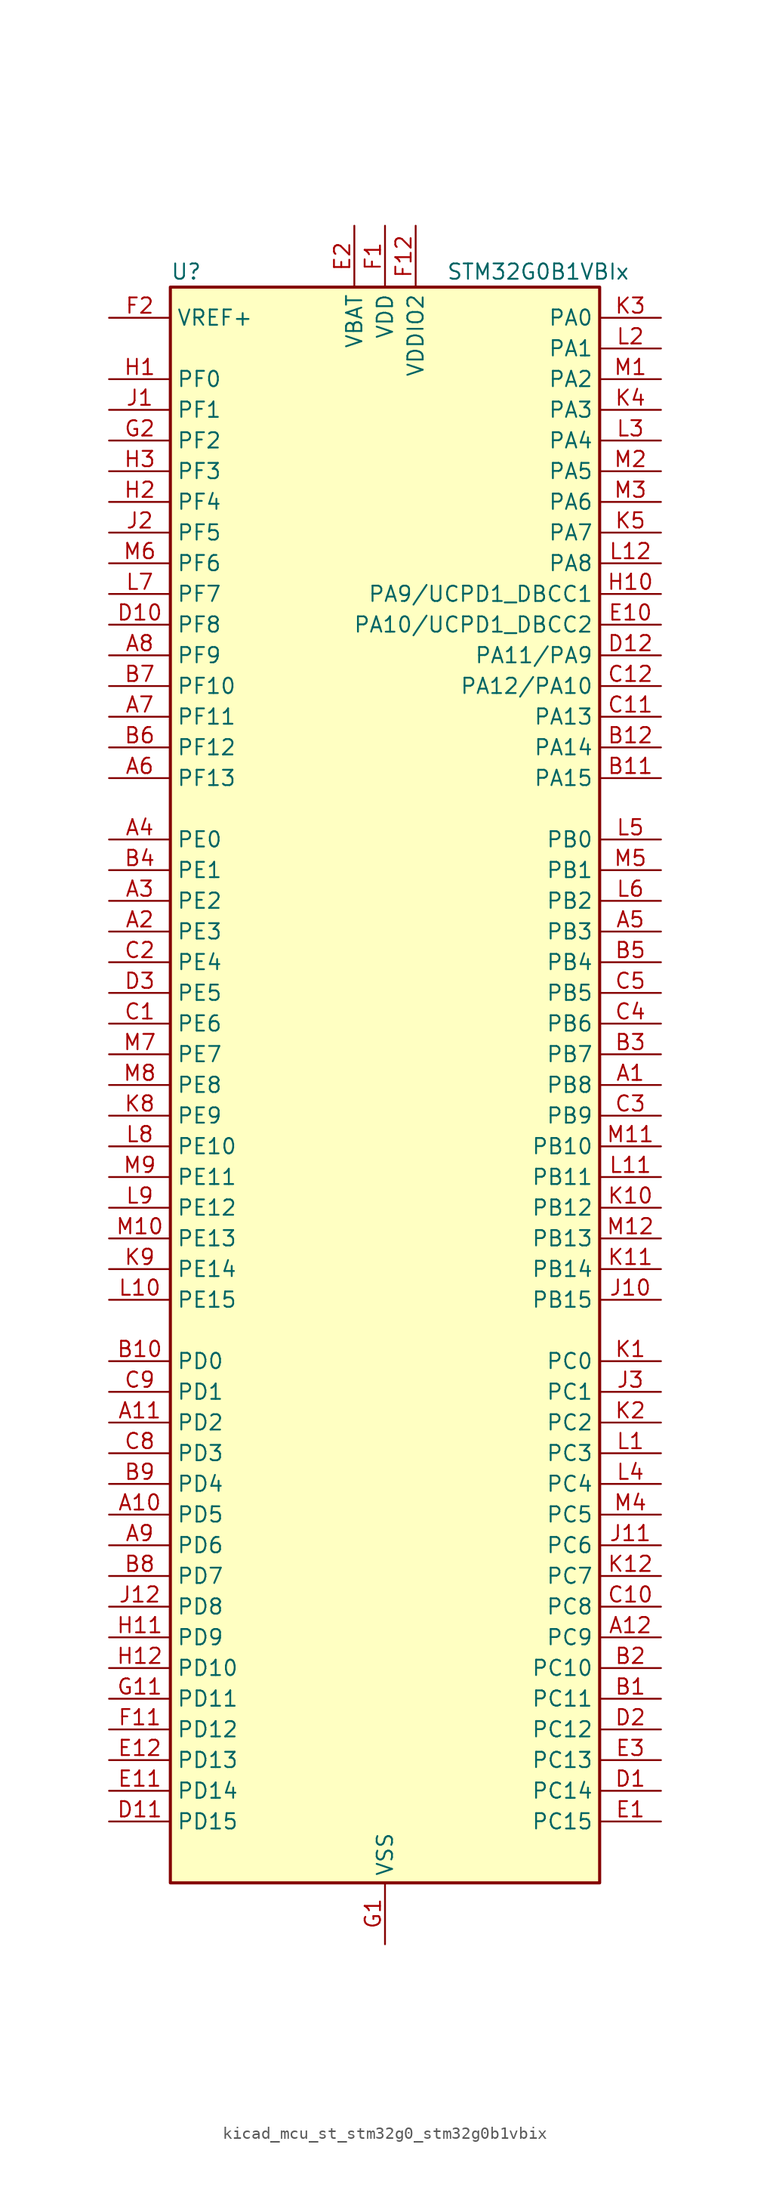
<source format=kicad_sym>
(kicad_symbol_lib
  (version 20220914)
  (generator kicad_symbol_editor)
  (symbol "kicad_mcu_st_stm32g0_stm32g0b1vbix"
    (property "Reference" "U"
      (at -17.78 67.31 0)
      (effects (font (size 1.27 1.27)) (justify left)))
    (property "Value" "STM32G0B1VBIx"
      (at 5.08 67.31 0)
      (effects (font (size 1.27 1.27)) (justify left)))
    (property "ki_locked" ""
      (at 0 0 0)
      (effects (font (size 1.27 1.27))))
    (symbol "kicad_mcu_st_stm32g0_stm32g0b1vbix_0_1"
      (rectangle (start -17.78 -66.04) (end 17.78 66.04) (stroke (width 0.254) (type default)) (fill (type background))))
    (symbol "kicad_mcu_st_stm32g0_stm32g0b1vbix_1_1"
      (pin bidirectional line (at 22.86 0 180) (length 5.08) (name "PB8" (effects (font (size 1.27 1.27)))) (number "A1" (effects (font (size 1.27 1.27)))) (alternate "CEC" bidirectional line) (alternate "FDCAN1_RX" bidirectional line) (alternate "I2C1_SCL" bidirectional line) (alternate "I2S2_CK" bidirectional line) (alternate "SPI2_SCK" bidirectional line) (alternate "TIM15_BK" bidirectional line) (alternate "TIM16_CH1" bidirectional line) (alternate "TIM4_CH3" bidirectional line) (alternate "USART3_TX" bidirectional line) (alternate "USART6_TX" bidirectional line))
      (pin bidirectional line (at -22.86 -35.56 0) (length 5.08) (name "PD5" (effects (font (size 1.27 1.27)))) (number "A10" (effects (font (size 1.27 1.27)))) (alternate "I2S1_MCK" bidirectional line) (alternate "SPI1_MISO" bidirectional line) (alternate "TIM1_BK" bidirectional line) (alternate "USART2_TX" bidirectional line) (alternate "USART5_CTS" bidirectional line) (alternate "USART5_NSS" bidirectional line))
      (pin bidirectional line (at -22.86 -27.94 0) (length 5.08) (name "PD2" (effects (font (size 1.27 1.27)))) (number "A11" (effects (font (size 1.27 1.27)))) (alternate "TIM1_CH1N" bidirectional line) (alternate "TIM3_ETR" bidirectional line) (alternate "UCPD2_CC2" bidirectional line) (alternate "USART3_CK" bidirectional line) (alternate "USART3_DE" bidirectional line) (alternate "USART3_RTS" bidirectional line) (alternate "USART5_RX" bidirectional line))
      (pin bidirectional line (at 22.86 -45.72 180) (length 5.08) (name "PC9" (effects (font (size 1.27 1.27)))) (number "A12" (effects (font (size 1.27 1.27)))) (alternate "DAC1_EXTI9" bidirectional line) (alternate "I2S_CKIN" bidirectional line) (alternate "LPUART2_DE" bidirectional line) (alternate "LPUART2_RTS" bidirectional line) (alternate "TIM1_CH2" bidirectional line) (alternate "TIM3_CH4" bidirectional line) (alternate "USB_NOE" bidirectional line))
      (pin bidirectional line (at -22.86 12.7 0) (length 5.08) (name "PE3" (effects (font (size 1.27 1.27)))) (number "A2" (effects (font (size 1.27 1.27)))) (alternate "TIM3_CH1" bidirectional line))
      (pin bidirectional line (at -22.86 15.24 0) (length 5.08) (name "PE2" (effects (font (size 1.27 1.27)))) (number "A3" (effects (font (size 1.27 1.27)))) (alternate "TIM3_ETR" bidirectional line))
      (pin bidirectional line (at -22.86 20.32 0) (length 5.08) (name "PE0" (effects (font (size 1.27 1.27)))) (number "A4" (effects (font (size 1.27 1.27)))) (alternate "TIM16_CH1" bidirectional line) (alternate "TIM4_ETR" bidirectional line))
      (pin bidirectional line (at 22.86 12.7 180) (length 5.08) (name "PB3" (effects (font (size 1.27 1.27)))) (number "A5" (effects (font (size 1.27 1.27)))) (alternate "COMP2_INM" bidirectional line) (alternate "I2C2_SCL" bidirectional line) (alternate "I2C3_SCL" bidirectional line) (alternate "I2S1_CK" bidirectional line) (alternate "SPI1_SCK" bidirectional line) (alternate "SPI3_SCK" bidirectional line) (alternate "TIM1_CH2" bidirectional line) (alternate "TIM2_CH2" bidirectional line) (alternate "USART1_CK" bidirectional line) (alternate "USART1_DE" bidirectional line) (alternate "USART1_RTS" bidirectional line) (alternate "USART5_TX" bidirectional line))
      (pin bidirectional line (at -22.86 25.4 0) (length 5.08) (name "PF13" (effects (font (size 1.27 1.27)))) (number "A6" (effects (font (size 1.27 1.27)))) (alternate "TIM15_CH2" bidirectional line))
      (pin bidirectional line (at -22.86 30.48 0) (length 5.08) (name "PF11" (effects (font (size 1.27 1.27)))) (number "A7" (effects (font (size 1.27 1.27)))) (alternate "ADC1_EXTI11" bidirectional line) (alternate "USART6_CK" bidirectional line) (alternate "USART6_DE" bidirectional line) (alternate "USART6_RTS" bidirectional line))
      (pin bidirectional line (at -22.86 35.56 0) (length 5.08) (name "PF9" (effects (font (size 1.27 1.27)))) (number "A8" (effects (font (size 1.27 1.27)))) (alternate "DAC1_EXTI9" bidirectional line) (alternate "USART6_TX" bidirectional line))
      (pin bidirectional line (at -22.86 -38.1 0) (length 5.08) (name "PD6" (effects (font (size 1.27 1.27)))) (number "A9" (effects (font (size 1.27 1.27)))) (alternate "I2S1_SD" bidirectional line) (alternate "LPTIM2_OUT" bidirectional line) (alternate "SPI1_MOSI" bidirectional line) (alternate "USART2_RX" bidirectional line))
      (pin bidirectional line (at 22.86 -50.8 180) (length 5.08) (name "PC11" (effects (font (size 1.27 1.27)))) (number "B1" (effects (font (size 1.27 1.27)))) (alternate "ADC1_EXTI11" bidirectional line) (alternate "SPI3_MISO" bidirectional line) (alternate "TIM1_CH4" bidirectional line) (alternate "USART3_RX" bidirectional line) (alternate "USART4_RX" bidirectional line))
      (pin bidirectional line (at -22.86 -22.86 0) (length 5.08) (name "PD0" (effects (font (size 1.27 1.27)))) (number "B10" (effects (font (size 1.27 1.27)))) (alternate "FDCAN1_RX" bidirectional line) (alternate "I2S2_WS" bidirectional line) (alternate "SPI2_NSS" bidirectional line) (alternate "TIM16_CH1" bidirectional line) (alternate "UCPD2_CC1" bidirectional line))
      (pin bidirectional line (at 22.86 25.4 180) (length 5.08) (name "PA15" (effects (font (size 1.27 1.27)))) (number "B11" (effects (font (size 1.27 1.27)))) (alternate "I2C2_SMBA" bidirectional line) (alternate "I2S1_WS" bidirectional line) (alternate "RCC_MCO_2" bidirectional line) (alternate "SPI1_NSS" bidirectional line) (alternate "SPI3_NSS" bidirectional line) (alternate "TIM2_CH1" bidirectional line) (alternate "TIM2_ETR" bidirectional line) (alternate "USART2_RX" bidirectional line) (alternate "USART3_CK" bidirectional line) (alternate "USART3_DE" bidirectional line) (alternate "USART3_RTS" bidirectional line) (alternate "USART4_CK" bidirectional line) (alternate "USART4_DE" bidirectional line) (alternate "USART4_RTS" bidirectional line) (alternate "USB_NOE" bidirectional line))
      (pin bidirectional line (at 22.86 27.94 180) (length 5.08) (name "PA14" (effects (font (size 1.27 1.27)))) (number "B12" (effects (font (size 1.27 1.27)))) (alternate "LPUART2_TX" bidirectional line) (alternate "SYS_SWCLK" bidirectional line) (alternate "USART2_TX" bidirectional line))
      (pin bidirectional line (at 22.86 -48.26 180) (length 5.08) (name "PC10" (effects (font (size 1.27 1.27)))) (number "B2" (effects (font (size 1.27 1.27)))) (alternate "SPI3_SCK" bidirectional line) (alternate "TIM1_CH3" bidirectional line) (alternate "USART3_TX" bidirectional line) (alternate "USART4_TX" bidirectional line))
      (pin bidirectional line (at 22.86 2.54 180) (length 5.08) (name "PB7" (effects (font (size 1.27 1.27)))) (number "B3" (effects (font (size 1.27 1.27)))) (alternate "COMP2_INM" bidirectional line) (alternate "I2C1_SDA" bidirectional line) (alternate "I2S2_SD" bidirectional line) (alternate "LPTIM1_IN2" bidirectional line) (alternate "LPUART2_RX" bidirectional line) (alternate "SPI2_MOSI" bidirectional line) (alternate "SYS_PVD_IN" bidirectional line) (alternate "TIM17_CH1N" bidirectional line) (alternate "TIM4_CH2" bidirectional line) (alternate "USART1_RX" bidirectional line) (alternate "USART4_CTS" bidirectional line) (alternate "USART4_NSS" bidirectional line))
      (pin bidirectional line (at -22.86 17.78 0) (length 5.08) (name "PE1" (effects (font (size 1.27 1.27)))) (number "B4" (effects (font (size 1.27 1.27)))) (alternate "TIM17_CH1" bidirectional line))
      (pin bidirectional line (at 22.86 10.16 180) (length 5.08) (name "PB4" (effects (font (size 1.27 1.27)))) (number "B5" (effects (font (size 1.27 1.27)))) (alternate "COMP2_INP" bidirectional line) (alternate "I2C2_SDA" bidirectional line) (alternate "I2C3_SDA" bidirectional line) (alternate "I2S1_MCK" bidirectional line) (alternate "SPI1_MISO" bidirectional line) (alternate "SPI3_MISO" bidirectional line) (alternate "TIM17_BK" bidirectional line) (alternate "TIM3_CH1" bidirectional line) (alternate "USART1_CTS" bidirectional line) (alternate "USART1_NSS" bidirectional line) (alternate "USART5_RX" bidirectional line))
      (pin bidirectional line (at -22.86 27.94 0) (length 5.08) (name "PF12" (effects (font (size 1.27 1.27)))) (number "B6" (effects (font (size 1.27 1.27)))) (alternate "TIM15_CH1" bidirectional line) (alternate "USART6_CTS" bidirectional line) (alternate "USART6_NSS" bidirectional line))
      (pin bidirectional line (at -22.86 33.02 0) (length 5.08) (name "PF10" (effects (font (size 1.27 1.27)))) (number "B7" (effects (font (size 1.27 1.27)))) (alternate "USART6_RX" bidirectional line))
      (pin bidirectional line (at -22.86 -40.64 0) (length 5.08) (name "PD7" (effects (font (size 1.27 1.27)))) (number "B8" (effects (font (size 1.27 1.27)))) (alternate "RCC_MCO_2" bidirectional line))
      (pin bidirectional line (at -22.86 -33.02 0) (length 5.08) (name "PD4" (effects (font (size 1.27 1.27)))) (number "B9" (effects (font (size 1.27 1.27)))) (alternate "I2S2_SD" bidirectional line) (alternate "SPI2_MOSI" bidirectional line) (alternate "TIM1_CH3N" bidirectional line) (alternate "USART2_CK" bidirectional line) (alternate "USART2_DE" bidirectional line) (alternate "USART2_RTS" bidirectional line) (alternate "USART5_CK" bidirectional line) (alternate "USART5_DE" bidirectional line) (alternate "USART5_RTS" bidirectional line))
      (pin bidirectional line (at -22.86 5.08 0) (length 5.08) (name "PE6" (effects (font (size 1.27 1.27)))) (number "C1" (effects (font (size 1.27 1.27)))) (alternate "RTC_TAMP_IN3" bidirectional line) (alternate "SYS_WKUP3" bidirectional line) (alternate "TIM3_CH4" bidirectional line))
      (pin bidirectional line (at 22.86 -43.18 180) (length 5.08) (name "PC8" (effects (font (size 1.27 1.27)))) (number "C10" (effects (font (size 1.27 1.27)))) (alternate "LPUART2_CTS" bidirectional line) (alternate "TIM1_CH1" bidirectional line) (alternate "TIM3_CH3" bidirectional line) (alternate "UCPD2_FRSTX1" bidirectional line) (alternate "UCPD2_FRSTX2" bidirectional line))
      (pin bidirectional line (at 22.86 30.48 180) (length 5.08) (name "PA13" (effects (font (size 1.27 1.27)))) (number "C11" (effects (font (size 1.27 1.27)))) (alternate "IR_OUT" bidirectional line) (alternate "LPUART2_RX" bidirectional line) (alternate "SYS_SWDIO" bidirectional line) (alternate "USB_NOE" bidirectional line))
      (pin bidirectional line (at 22.86 33.02 180) (length 5.08) (name "PA12/PA10" (effects (font (size 1.27 1.27)))) (number "C12" (effects (font (size 1.27 1.27)))) (alternate "COMP2_OUT" bidirectional line) (alternate "FDCAN1_TX" bidirectional line) (alternate "I2C2_SDA" bidirectional line) (alternate "I2S1_SD" bidirectional line) (alternate "I2S_CKIN" bidirectional line) (alternate "SPI1_MOSI" bidirectional line) (alternate "TIM1_ETR" bidirectional line) (alternate "USART1_CK" bidirectional line) (alternate "USART1_DE" bidirectional line) (alternate "USART1_RTS" bidirectional line) (alternate "USB_DP" bidirectional line))
      (pin bidirectional line (at -22.86 10.16 0) (length 5.08) (name "PE4" (effects (font (size 1.27 1.27)))) (number "C2" (effects (font (size 1.27 1.27)))) (alternate "TIM3_CH2" bidirectional line))
      (pin bidirectional line (at 22.86 -2.54 180) (length 5.08) (name "PB9" (effects (font (size 1.27 1.27)))) (number "C3" (effects (font (size 1.27 1.27)))) (alternate "DAC1_EXTI9" bidirectional line) (alternate "FDCAN1_TX" bidirectional line) (alternate "I2C1_SDA" bidirectional line) (alternate "I2S2_WS" bidirectional line) (alternate "IR_OUT" bidirectional line) (alternate "SPI2_NSS" bidirectional line) (alternate "TIM17_CH1" bidirectional line) (alternate "TIM4_CH4" bidirectional line) (alternate "UCPD2_FRSTX1" bidirectional line) (alternate "UCPD2_FRSTX2" bidirectional line) (alternate "USART3_RX" bidirectional line) (alternate "USART6_RX" bidirectional line))
      (pin bidirectional line (at 22.86 5.08 180) (length 5.08) (name "PB6" (effects (font (size 1.27 1.27)))) (number "C4" (effects (font (size 1.27 1.27)))) (alternate "COMP2_INP" bidirectional line) (alternate "FDCAN2_TX" bidirectional line) (alternate "I2C1_SCL" bidirectional line) (alternate "I2S2_MCK" bidirectional line) (alternate "LPTIM1_ETR" bidirectional line) (alternate "LPUART2_TX" bidirectional line) (alternate "SPI2_MISO" bidirectional line) (alternate "TIM16_CH1N" bidirectional line) (alternate "TIM1_CH3" bidirectional line) (alternate "TIM4_CH1" bidirectional line) (alternate "USART1_TX" bidirectional line) (alternate "USART5_CTS" bidirectional line) (alternate "USART5_NSS" bidirectional line))
      (pin bidirectional line (at 22.86 7.62 180) (length 5.08) (name "PB5" (effects (font (size 1.27 1.27)))) (number "C5" (effects (font (size 1.27 1.27)))) (alternate "COMP2_OUT" bidirectional line) (alternate "FDCAN2_RX" bidirectional line) (alternate "I2C1_SMBA" bidirectional line) (alternate "I2S1_SD" bidirectional line) (alternate "LPTIM1_IN1" bidirectional line) (alternate "SPI1_MOSI" bidirectional line) (alternate "SPI3_MOSI" bidirectional line) (alternate "SYS_WKUP6" bidirectional line) (alternate "TIM16_BK" bidirectional line) (alternate "TIM3_CH2" bidirectional line) (alternate "USART5_CK" bidirectional line) (alternate "USART5_DE" bidirectional line) (alternate "USART5_RTS" bidirectional line))
      (pin bidirectional line (at -22.86 -30.48 0) (length 5.08) (name "PD3" (effects (font (size 1.27 1.27)))) (number "C8" (effects (font (size 1.27 1.27)))) (alternate "I2S2_MCK" bidirectional line) (alternate "SPI2_MISO" bidirectional line) (alternate "TIM1_CH2N" bidirectional line) (alternate "UCPD2_DBCC2" bidirectional line) (alternate "USART2_CTS" bidirectional line) (alternate "USART2_NSS" bidirectional line) (alternate "USART5_TX" bidirectional line))
      (pin bidirectional line (at -22.86 -25.4 0) (length 5.08) (name "PD1" (effects (font (size 1.27 1.27)))) (number "C9" (effects (font (size 1.27 1.27)))) (alternate "FDCAN1_TX" bidirectional line) (alternate "I2S2_CK" bidirectional line) (alternate "SPI2_SCK" bidirectional line) (alternate "TIM17_CH1" bidirectional line) (alternate "UCPD2_DBCC1" bidirectional line))
      (pin bidirectional line (at 22.86 -58.42 180) (length 5.08) (name "PC14" (effects (font (size 1.27 1.27)))) (number "D1" (effects (font (size 1.27 1.27)))) (alternate "RCC_OSC32_IN" bidirectional line) (alternate "TIM1_BK2" bidirectional line))
      (pin bidirectional line (at -22.86 38.1 0) (length 5.08) (name "PF8" (effects (font (size 1.27 1.27)))) (number "D10" (effects (font (size 1.27 1.27)))))
      (pin bidirectional line (at -22.86 -60.96 0) (length 5.08) (name "PD15" (effects (font (size 1.27 1.27)))) (number "D11" (effects (font (size 1.27 1.27)))) (alternate "CRS1_SYNC" bidirectional line) (alternate "FDCAN2_TX" bidirectional line) (alternate "LPUART2_DE" bidirectional line) (alternate "LPUART2_RTS" bidirectional line) (alternate "TIM4_CH4" bidirectional line))
      (pin bidirectional line (at 22.86 35.56 180) (length 5.08) (name "PA11/PA9" (effects (font (size 1.27 1.27)))) (number "D12" (effects (font (size 1.27 1.27)))) (alternate "ADC1_EXTI11" bidirectional line) (alternate "COMP1_OUT" bidirectional line) (alternate "FDCAN1_RX" bidirectional line) (alternate "I2C2_SCL" bidirectional line) (alternate "I2S1_MCK" bidirectional line) (alternate "SPI1_MISO" bidirectional line) (alternate "TIM1_BK2" bidirectional line) (alternate "TIM1_CH4" bidirectional line) (alternate "USART1_CTS" bidirectional line) (alternate "USART1_NSS" bidirectional line) (alternate "USB_DM" bidirectional line))
      (pin bidirectional line (at 22.86 -53.34 180) (length 5.08) (name "PC12" (effects (font (size 1.27 1.27)))) (number "D2" (effects (font (size 1.27 1.27)))) (alternate "LPTIM1_IN1" bidirectional line) (alternate "SPI3_MOSI" bidirectional line) (alternate "TIM14_CH1" bidirectional line) (alternate "UCPD1_FRSTX1" bidirectional line) (alternate "UCPD1_FRSTX2" bidirectional line) (alternate "USART5_TX" bidirectional line))
      (pin bidirectional line (at -22.86 7.62 0) (length 5.08) (name "PE5" (effects (font (size 1.27 1.27)))) (number "D3" (effects (font (size 1.27 1.27)))) (alternate "TIM3_CH3" bidirectional line))
      (pin bidirectional line (at 22.86 -60.96 180) (length 5.08) (name "PC15" (effects (font (size 1.27 1.27)))) (number "E1" (effects (font (size 1.27 1.27)))) (alternate "RCC_OSC32_EN" bidirectional line) (alternate "RCC_OSC32_OUT" bidirectional line) (alternate "RCC_OSC_EN" bidirectional line) (alternate "TIM15_BK" bidirectional line))
      (pin bidirectional line (at 22.86 38.1 180) (length 5.08) (name "PA10/UCPD1_DBCC2" (effects (font (size 1.27 1.27)))) (number "E10" (effects (font (size 1.27 1.27)))) (alternate "I2C1_SDA" bidirectional line) (alternate "I2C2_SDA" bidirectional line) (alternate "I2S2_SD" bidirectional line) (alternate "RCC_MCO_2" bidirectional line) (alternate "SPI2_MOSI" bidirectional line) (alternate "TIM17_BK" bidirectional line) (alternate "TIM1_CH3" bidirectional line) (alternate "UCPD1_DBCC2" bidirectional line) (alternate "USART1_RX" bidirectional line))
      (pin bidirectional line (at -22.86 -58.42 0) (length 5.08) (name "PD14" (effects (font (size 1.27 1.27)))) (number "E11" (effects (font (size 1.27 1.27)))) (alternate "FDCAN2_RX" bidirectional line) (alternate "LPUART2_CTS" bidirectional line) (alternate "TIM4_CH3" bidirectional line))
      (pin bidirectional line (at -22.86 -55.88 0) (length 5.08) (name "PD13" (effects (font (size 1.27 1.27)))) (number "E12" (effects (font (size 1.27 1.27)))) (alternate "FDCAN1_TX" bidirectional line) (alternate "LPTIM2_OUT" bidirectional line) (alternate "TIM4_CH2" bidirectional line))
      (pin power_in line (at -2.54 71.12 270) (length 5.08) (name "VBAT" (effects (font (size 1.27 1.27)))) (number "E2" (effects (font (size 1.27 1.27)))))
      (pin bidirectional line (at 22.86 -55.88 180) (length 5.08) (name "PC13" (effects (font (size 1.27 1.27)))) (number "E3" (effects (font (size 1.27 1.27)))) (alternate "RTC_OUT1" bidirectional line) (alternate "RTC_TAMP_IN1" bidirectional line) (alternate "RTC_TS" bidirectional line) (alternate "SYS_WKUP2" bidirectional line) (alternate "TIM1_BK" bidirectional line))
      (pin power_in line (at 0 71.12 270) (length 5.08) (name "VDD" (effects (font (size 1.27 1.27)))) (number "F1" (effects (font (size 1.27 1.27)))))
      (pin bidirectional line (at -22.86 -53.34 0) (length 5.08) (name "PD12" (effects (font (size 1.27 1.27)))) (number "F11" (effects (font (size 1.27 1.27)))) (alternate "FDCAN1_RX" bidirectional line) (alternate "LPTIM2_IN1" bidirectional line) (alternate "TIM4_CH1" bidirectional line) (alternate "USART3_CK" bidirectional line) (alternate "USART3_DE" bidirectional line) (alternate "USART3_RTS" bidirectional line))
      (pin power_in line (at 2.54 71.12 270) (length 5.08) (name "VDDIO2" (effects (font (size 1.27 1.27)))) (number "F12" (effects (font (size 1.27 1.27)))))
      (pin input line (at -22.86 63.5 0) (length 5.08) (name "VREF+" (effects (font (size 1.27 1.27)))) (number "F2" (effects (font (size 1.27 1.27)))) (alternate "VREFBUF_OUT" bidirectional line))
      (pin power_in line (at 0 -71.12 90) (length 5.08) (name "VSS" (effects (font (size 1.27 1.27)))) (number "G1" (effects (font (size 1.27 1.27)))))
      (pin bidirectional line (at -22.86 -50.8 0) (length 5.08) (name "PD11" (effects (font (size 1.27 1.27)))) (number "G11" (effects (font (size 1.27 1.27)))) (alternate "ADC1_EXTI11" bidirectional line) (alternate "LPTIM2_ETR" bidirectional line) (alternate "USART3_CTS" bidirectional line) (alternate "USART3_NSS" bidirectional line))
      (pin passive line (at 0 -71.12 90) (length 5.08) hide (name "VSS" (effects (font (size 1.27 1.27)))) (number "G12" (effects (font (size 1.27 1.27)))))
      (pin bidirectional line (at -22.86 53.34 0) (length 5.08) (name "PF2" (effects (font (size 1.27 1.27)))) (number "G2" (effects (font (size 1.27 1.27)))) (alternate "LPUART2_DE" bidirectional line) (alternate "LPUART2_RTS" bidirectional line) (alternate "LPUART2_TX" bidirectional line) (alternate "RCC_MCO" bidirectional line))
      (pin bidirectional line (at -22.86 58.42 0) (length 5.08) (name "PF0" (effects (font (size 1.27 1.27)))) (number "H1" (effects (font (size 1.27 1.27)))) (alternate "CRS1_SYNC" bidirectional line) (alternate "RCC_OSC_IN" bidirectional line) (alternate "TIM14_CH1" bidirectional line))
      (pin bidirectional line (at 22.86 40.64 180) (length 5.08) (name "PA9/UCPD1_DBCC1" (effects (font (size 1.27 1.27)))) (number "H10" (effects (font (size 1.27 1.27)))) (alternate "DAC1_EXTI9" bidirectional line) (alternate "I2C1_SCL" bidirectional line) (alternate "I2C2_SCL" bidirectional line) (alternate "I2S2_MCK" bidirectional line) (alternate "RCC_MCO" bidirectional line) (alternate "SPI2_MISO" bidirectional line) (alternate "TIM15_BK" bidirectional line) (alternate "TIM1_CH2" bidirectional line) (alternate "UCPD1_DBCC1" bidirectional line) (alternate "USART1_TX" bidirectional line))
      (pin bidirectional line (at -22.86 -45.72 0) (length 5.08) (name "PD9" (effects (font (size 1.27 1.27)))) (number "H11" (effects (font (size 1.27 1.27)))) (alternate "DAC1_EXTI9" bidirectional line) (alternate "I2S1_WS" bidirectional line) (alternate "SPI1_NSS" bidirectional line) (alternate "TIM1_BK2" bidirectional line) (alternate "USART3_RX" bidirectional line))
      (pin bidirectional line (at -22.86 -48.26 0) (length 5.08) (name "PD10" (effects (font (size 1.27 1.27)))) (number "H12" (effects (font (size 1.27 1.27)))) (alternate "RCC_MCO" bidirectional line))
      (pin bidirectional line (at -22.86 48.26 0) (length 5.08) (name "PF4" (effects (font (size 1.27 1.27)))) (number "H2" (effects (font (size 1.27 1.27)))) (alternate "LPUART1_TX" bidirectional line))
      (pin bidirectional line (at -22.86 50.8 0) (length 5.08) (name "PF3" (effects (font (size 1.27 1.27)))) (number "H3" (effects (font (size 1.27 1.27)))) (alternate "LPUART2_RX" bidirectional line) (alternate "USART6_CK" bidirectional line) (alternate "USART6_DE" bidirectional line) (alternate "USART6_RTS" bidirectional line))
      (pin bidirectional line (at -22.86 55.88 0) (length 5.08) (name "PF1" (effects (font (size 1.27 1.27)))) (number "J1" (effects (font (size 1.27 1.27)))) (alternate "RCC_OSC_EN" bidirectional line) (alternate "RCC_OSC_OUT" bidirectional line) (alternate "TIM15_CH1N" bidirectional line))
      (pin bidirectional line (at 22.86 -17.78 180) (length 5.08) (name "PB15" (effects (font (size 1.27 1.27)))) (number "J10" (effects (font (size 1.27 1.27)))) (alternate "I2S2_SD" bidirectional line) (alternate "RTC_REFIN" bidirectional line) (alternate "SPI2_MOSI" bidirectional line) (alternate "TIM15_CH1N" bidirectional line) (alternate "TIM15_CH2" bidirectional line) (alternate "TIM1_CH3N" bidirectional line) (alternate "UCPD1_CC2" bidirectional line) (alternate "USART6_CTS" bidirectional line) (alternate "USART6_NSS" bidirectional line))
      (pin bidirectional line (at 22.86 -38.1 180) (length 5.08) (name "PC6" (effects (font (size 1.27 1.27)))) (number "J11" (effects (font (size 1.27 1.27)))) (alternate "LPUART2_TX" bidirectional line) (alternate "TIM2_CH3" bidirectional line) (alternate "TIM3_CH1" bidirectional line) (alternate "UCPD1_FRSTX1" bidirectional line) (alternate "UCPD1_FRSTX2" bidirectional line))
      (pin bidirectional line (at -22.86 -43.18 0) (length 5.08) (name "PD8" (effects (font (size 1.27 1.27)))) (number "J12" (effects (font (size 1.27 1.27)))) (alternate "I2S1_CK" bidirectional line) (alternate "LPTIM1_OUT" bidirectional line) (alternate "SPI1_SCK" bidirectional line) (alternate "USART3_TX" bidirectional line))
      (pin bidirectional line (at -22.86 45.72 0) (length 5.08) (name "PF5" (effects (font (size 1.27 1.27)))) (number "J2" (effects (font (size 1.27 1.27)))) (alternate "LPUART1_RX" bidirectional line))
      (pin bidirectional line (at 22.86 -25.4 180) (length 5.08) (name "PC1" (effects (font (size 1.27 1.27)))) (number "J3" (effects (font (size 1.27 1.27)))) (alternate "COMP3_INP" bidirectional line) (alternate "I2C3_SDA" bidirectional line) (alternate "LPTIM1_OUT" bidirectional line) (alternate "LPUART1_TX" bidirectional line) (alternate "LPUART2_RX" bidirectional line) (alternate "TIM15_CH1" bidirectional line) (alternate "USART6_RX" bidirectional line))
      (pin bidirectional line (at 22.86 -22.86 180) (length 5.08) (name "PC0" (effects (font (size 1.27 1.27)))) (number "K1" (effects (font (size 1.27 1.27)))) (alternate "COMP3_INM" bidirectional line) (alternate "COMP3_OUT" bidirectional line) (alternate "I2C3_SCL" bidirectional line) (alternate "LPTIM1_IN1" bidirectional line) (alternate "LPTIM2_IN1" bidirectional line) (alternate "LPUART1_RX" bidirectional line) (alternate "LPUART2_TX" bidirectional line) (alternate "USART6_TX" bidirectional line))
      (pin bidirectional line (at 22.86 -10.16 180) (length 5.08) (name "PB12" (effects (font (size 1.27 1.27)))) (number "K10" (effects (font (size 1.27 1.27)))) (alternate "ADC1_IN16" bidirectional line) (alternate "FDCAN2_RX" bidirectional line) (alternate "I2C2_SMBA" bidirectional line) (alternate "I2S2_WS" bidirectional line) (alternate "LPUART1_DE" bidirectional line) (alternate "LPUART1_RTS" bidirectional line) (alternate "SPI2_NSS" bidirectional line) (alternate "TIM15_BK" bidirectional line) (alternate "TIM1_BK" bidirectional line) (alternate "UCPD2_FRSTX1" bidirectional line) (alternate "UCPD2_FRSTX2" bidirectional line))
      (pin bidirectional line (at 22.86 -15.24 180) (length 5.08) (name "PB14" (effects (font (size 1.27 1.27)))) (number "K11" (effects (font (size 1.27 1.27)))) (alternate "I2C2_SDA" bidirectional line) (alternate "I2S2_MCK" bidirectional line) (alternate "SPI2_MISO" bidirectional line) (alternate "TIM15_CH1" bidirectional line) (alternate "TIM1_CH2N" bidirectional line) (alternate "UCPD1_FRSTX1" bidirectional line) (alternate "UCPD1_FRSTX2" bidirectional line) (alternate "USART3_CK" bidirectional line) (alternate "USART3_DE" bidirectional line) (alternate "USART3_RTS" bidirectional line) (alternate "USART6_CK" bidirectional line) (alternate "USART6_DE" bidirectional line) (alternate "USART6_RTS" bidirectional line))
      (pin bidirectional line (at 22.86 -40.64 180) (length 5.08) (name "PC7" (effects (font (size 1.27 1.27)))) (number "K12" (effects (font (size 1.27 1.27)))) (alternate "LPUART2_RX" bidirectional line) (alternate "TIM2_CH4" bidirectional line) (alternate "TIM3_CH2" bidirectional line) (alternate "UCPD2_FRSTX1" bidirectional line) (alternate "UCPD2_FRSTX2" bidirectional line))
      (pin bidirectional line (at 22.86 -27.94 180) (length 5.08) (name "PC2" (effects (font (size 1.27 1.27)))) (number "K2" (effects (font (size 1.27 1.27)))) (alternate "COMP3_OUT" bidirectional line) (alternate "FDCAN2_RX" bidirectional line) (alternate "I2S2_MCK" bidirectional line) (alternate "LPTIM1_IN2" bidirectional line) (alternate "SPI2_MISO" bidirectional line) (alternate "TIM15_CH2" bidirectional line))
      (pin bidirectional line (at 22.86 63.5 180) (length 5.08) (name "PA0" (effects (font (size 1.27 1.27)))) (number "K3" (effects (font (size 1.27 1.27)))) (alternate "ADC1_IN0" bidirectional line) (alternate "COMP1_INM" bidirectional line) (alternate "COMP1_OUT" bidirectional line) (alternate "I2S2_CK" bidirectional line) (alternate "LPTIM1_OUT" bidirectional line) (alternate "RTC_TAMP_IN2" bidirectional line) (alternate "SPI2_SCK" bidirectional line) (alternate "SYS_WKUP1" bidirectional line) (alternate "TIM2_CH1" bidirectional line) (alternate "TIM2_ETR" bidirectional line) (alternate "UCPD2_FRSTX1" bidirectional line) (alternate "UCPD2_FRSTX2" bidirectional line) (alternate "USART2_CTS" bidirectional line) (alternate "USART2_NSS" bidirectional line) (alternate "USART4_TX" bidirectional line))
      (pin bidirectional line (at 22.86 55.88 180) (length 5.08) (name "PA3" (effects (font (size 1.27 1.27)))) (number "K4" (effects (font (size 1.27 1.27)))) (alternate "ADC1_IN3" bidirectional line) (alternate "COMP2_INP" bidirectional line) (alternate "I2S2_MCK" bidirectional line) (alternate "LPUART1_RX" bidirectional line) (alternate "SPI2_MISO" bidirectional line) (alternate "TIM15_CH2" bidirectional line) (alternate "TIM2_CH4" bidirectional line) (alternate "UCPD2_FRSTX1" bidirectional line) (alternate "UCPD2_FRSTX2" bidirectional line) (alternate "USART2_RX" bidirectional line))
      (pin bidirectional line (at 22.86 45.72 180) (length 5.08) (name "PA7" (effects (font (size 1.27 1.27)))) (number "K5" (effects (font (size 1.27 1.27)))) (alternate "ADC1_IN7" bidirectional line) (alternate "COMP2_OUT" bidirectional line) (alternate "I2C2_SCL" bidirectional line) (alternate "I2C3_SCL" bidirectional line) (alternate "I2S1_SD" bidirectional line) (alternate "SPI1_MOSI" bidirectional line) (alternate "TIM14_CH1" bidirectional line) (alternate "TIM17_CH1" bidirectional line) (alternate "TIM1_CH1N" bidirectional line) (alternate "TIM3_CH2" bidirectional line) (alternate "UCPD1_FRSTX1" bidirectional line) (alternate "UCPD1_FRSTX2" bidirectional line) (alternate "USART6_CK" bidirectional line) (alternate "USART6_DE" bidirectional line) (alternate "USART6_RTS" bidirectional line))
      (pin bidirectional line (at -22.86 -2.54 0) (length 5.08) (name "PE9" (effects (font (size 1.27 1.27)))) (number "K8" (effects (font (size 1.27 1.27)))) (alternate "DAC1_EXTI9" bidirectional line) (alternate "TIM1_CH1" bidirectional line) (alternate "USART4_RX" bidirectional line))
      (pin bidirectional line (at -22.86 -15.24 0) (length 5.08) (name "PE14" (effects (font (size 1.27 1.27)))) (number "K9" (effects (font (size 1.27 1.27)))) (alternate "I2S1_MCK" bidirectional line) (alternate "SPI1_MISO" bidirectional line) (alternate "TIM1_BK2" bidirectional line) (alternate "TIM1_CH4" bidirectional line))
      (pin bidirectional line (at 22.86 -30.48 180) (length 5.08) (name "PC3" (effects (font (size 1.27 1.27)))) (number "L1" (effects (font (size 1.27 1.27)))) (alternate "FDCAN2_TX" bidirectional line) (alternate "I2S2_SD" bidirectional line) (alternate "LPTIM1_ETR" bidirectional line) (alternate "LPTIM2_ETR" bidirectional line) (alternate "SPI2_MOSI" bidirectional line))
      (pin bidirectional line (at -22.86 -17.78 0) (length 5.08) (name "PE15" (effects (font (size 1.27 1.27)))) (number "L10" (effects (font (size 1.27 1.27)))) (alternate "I2S1_SD" bidirectional line) (alternate "SPI1_MOSI" bidirectional line) (alternate "TIM1_BK" bidirectional line))
      (pin bidirectional line (at 22.86 -7.62 180) (length 5.08) (name "PB11" (effects (font (size 1.27 1.27)))) (number "L11" (effects (font (size 1.27 1.27)))) (alternate "ADC1_EXTI11" bidirectional line) (alternate "ADC1_IN15" bidirectional line) (alternate "COMP2_OUT" bidirectional line) (alternate "I2C2_SDA" bidirectional line) (alternate "I2S2_SD" bidirectional line) (alternate "LPUART1_TX" bidirectional line) (alternate "SPI2_MOSI" bidirectional line) (alternate "TIM2_CH4" bidirectional line) (alternate "USART3_RX" bidirectional line))
      (pin bidirectional line (at 22.86 43.18 180) (length 5.08) (name "PA8" (effects (font (size 1.27 1.27)))) (number "L12" (effects (font (size 1.27 1.27)))) (alternate "CRS1_SYNC" bidirectional line) (alternate "I2C2_SMBA" bidirectional line) (alternate "I2S2_WS" bidirectional line) (alternate "LPTIM2_OUT" bidirectional line) (alternate "RCC_MCO" bidirectional line) (alternate "SPI2_NSS" bidirectional line) (alternate "TIM1_CH1" bidirectional line) (alternate "UCPD1_CC1" bidirectional line))
      (pin bidirectional line (at 22.86 60.96 180) (length 5.08) (name "PA1" (effects (font (size 1.27 1.27)))) (number "L2" (effects (font (size 1.27 1.27)))) (alternate "ADC1_IN1" bidirectional line) (alternate "COMP1_INP" bidirectional line) (alternate "I2C1_SMBA" bidirectional line) (alternate "I2S1_CK" bidirectional line) (alternate "SPI1_SCK" bidirectional line) (alternate "TIM15_CH1N" bidirectional line) (alternate "TIM2_CH2" bidirectional line) (alternate "USART2_CK" bidirectional line) (alternate "USART2_DE" bidirectional line) (alternate "USART2_RTS" bidirectional line) (alternate "USART4_RX" bidirectional line))
      (pin bidirectional line (at 22.86 53.34 180) (length 5.08) (name "PA4" (effects (font (size 1.27 1.27)))) (number "L3" (effects (font (size 1.27 1.27)))) (alternate "ADC1_IN4" bidirectional line) (alternate "DAC1_OUT1" bidirectional line) (alternate "I2S1_WS" bidirectional line) (alternate "I2S2_SD" bidirectional line) (alternate "LPTIM2_OUT" bidirectional line) (alternate "RTC_OUT2" bidirectional line) (alternate "SPI1_NSS" bidirectional line) (alternate "SPI2_MOSI" bidirectional line) (alternate "SPI3_NSS" bidirectional line) (alternate "TIM14_CH1" bidirectional line) (alternate "UCPD2_FRSTX1" bidirectional line) (alternate "UCPD2_FRSTX2" bidirectional line) (alternate "USART6_TX" bidirectional line) (alternate "USB_NOE" bidirectional line))
      (pin bidirectional line (at 22.86 -33.02 180) (length 5.08) (name "PC4" (effects (font (size 1.27 1.27)))) (number "L4" (effects (font (size 1.27 1.27)))) (alternate "ADC1_IN17" bidirectional line) (alternate "COMP1_INM" bidirectional line) (alternate "FDCAN1_RX" bidirectional line) (alternate "TIM2_CH1" bidirectional line) (alternate "TIM2_ETR" bidirectional line) (alternate "USART1_TX" bidirectional line) (alternate "USART3_TX" bidirectional line))
      (pin bidirectional line (at 22.86 20.32 180) (length 5.08) (name "PB0" (effects (font (size 1.27 1.27)))) (number "L5" (effects (font (size 1.27 1.27)))) (alternate "ADC1_IN8" bidirectional line) (alternate "COMP1_OUT" bidirectional line) (alternate "COMP3_INP" bidirectional line) (alternate "FDCAN2_RX" bidirectional line) (alternate "I2S1_WS" bidirectional line) (alternate "LPTIM1_OUT" bidirectional line) (alternate "LPUART2_CTS" bidirectional line) (alternate "SPI1_NSS" bidirectional line) (alternate "TIM1_CH2N" bidirectional line) (alternate "TIM3_CH3" bidirectional line) (alternate "UCPD1_FRSTX1" bidirectional line) (alternate "UCPD1_FRSTX2" bidirectional line) (alternate "USART3_RX" bidirectional line) (alternate "USART5_TX" bidirectional line))
      (pin bidirectional line (at 22.86 15.24 180) (length 5.08) (name "PB2" (effects (font (size 1.27 1.27)))) (number "L6" (effects (font (size 1.27 1.27)))) (alternate "ADC1_IN10" bidirectional line) (alternate "COMP1_INP" bidirectional line) (alternate "COMP3_INM" bidirectional line) (alternate "I2S2_MCK" bidirectional line) (alternate "LPTIM1_OUT" bidirectional line) (alternate "RCC_MCO_2" bidirectional line) (alternate "SPI2_MISO" bidirectional line) (alternate "USART3_TX" bidirectional line))
      (pin bidirectional line (at -22.86 40.64 0) (length 5.08) (name "PF7" (effects (font (size 1.27 1.27)))) (number "L7" (effects (font (size 1.27 1.27)))) (alternate "LPUART1_CTS" bidirectional line) (alternate "USART5_CTS" bidirectional line) (alternate "USART5_NSS" bidirectional line))
      (pin bidirectional line (at -22.86 -5.08 0) (length 5.08) (name "PE10" (effects (font (size 1.27 1.27)))) (number "L8" (effects (font (size 1.27 1.27)))) (alternate "TIM1_CH2N" bidirectional line) (alternate "USART5_TX" bidirectional line))
      (pin bidirectional line (at -22.86 -10.16 0) (length 5.08) (name "PE12" (effects (font (size 1.27 1.27)))) (number "L9" (effects (font (size 1.27 1.27)))) (alternate "I2S1_WS" bidirectional line) (alternate "SPI1_NSS" bidirectional line) (alternate "TIM1_CH3N" bidirectional line))
      (pin bidirectional line (at 22.86 58.42 180) (length 5.08) (name "PA2" (effects (font (size 1.27 1.27)))) (number "M1" (effects (font (size 1.27 1.27)))) (alternate "ADC1_IN2" bidirectional line) (alternate "COMP2_INM" bidirectional line) (alternate "COMP2_OUT" bidirectional line) (alternate "I2S1_SD" bidirectional line) (alternate "LPUART1_TX" bidirectional line) (alternate "RCC_LSCO" bidirectional line) (alternate "SPI1_MOSI" bidirectional line) (alternate "SYS_WKUP4" bidirectional line) (alternate "TIM15_CH1" bidirectional line) (alternate "TIM2_CH3" bidirectional line) (alternate "UCPD1_FRSTX1" bidirectional line) (alternate "UCPD1_FRSTX2" bidirectional line) (alternate "USART2_TX" bidirectional line))
      (pin bidirectional line (at -22.86 -12.7 0) (length 5.08) (name "PE13" (effects (font (size 1.27 1.27)))) (number "M10" (effects (font (size 1.27 1.27)))) (alternate "I2S1_CK" bidirectional line) (alternate "SPI1_SCK" bidirectional line) (alternate "TIM1_CH3" bidirectional line))
      (pin bidirectional line (at 22.86 -5.08 180) (length 5.08) (name "PB10" (effects (font (size 1.27 1.27)))) (number "M11" (effects (font (size 1.27 1.27)))) (alternate "ADC1_IN11" bidirectional line) (alternate "CEC" bidirectional line) (alternate "COMP1_OUT" bidirectional line) (alternate "I2C2_SCL" bidirectional line) (alternate "I2S2_CK" bidirectional line) (alternate "LPUART1_RX" bidirectional line) (alternate "SPI2_SCK" bidirectional line) (alternate "TIM2_CH3" bidirectional line) (alternate "USART3_TX" bidirectional line))
      (pin bidirectional line (at 22.86 -12.7 180) (length 5.08) (name "PB13" (effects (font (size 1.27 1.27)))) (number "M12" (effects (font (size 1.27 1.27)))) (alternate "FDCAN2_TX" bidirectional line) (alternate "I2C2_SCL" bidirectional line) (alternate "I2S2_CK" bidirectional line) (alternate "LPUART1_CTS" bidirectional line) (alternate "SPI2_SCK" bidirectional line) (alternate "TIM15_CH1N" bidirectional line) (alternate "TIM1_CH1N" bidirectional line) (alternate "USART3_CTS" bidirectional line) (alternate "USART3_NSS" bidirectional line))
      (pin bidirectional line (at 22.86 50.8 180) (length 5.08) (name "PA5" (effects (font (size 1.27 1.27)))) (number "M2" (effects (font (size 1.27 1.27)))) (alternate "ADC1_IN5" bidirectional line) (alternate "CEC" bidirectional line) (alternate "DAC1_OUT2" bidirectional line) (alternate "I2S1_CK" bidirectional line) (alternate "LPTIM2_ETR" bidirectional line) (alternate "SPI1_SCK" bidirectional line) (alternate "TIM2_CH1" bidirectional line) (alternate "TIM2_ETR" bidirectional line) (alternate "UCPD1_FRSTX1" bidirectional line) (alternate "UCPD1_FRSTX2" bidirectional line) (alternate "USART3_TX" bidirectional line) (alternate "USART6_RX" bidirectional line))
      (pin bidirectional line (at 22.86 48.26 180) (length 5.08) (name "PA6" (effects (font (size 1.27 1.27)))) (number "M3" (effects (font (size 1.27 1.27)))) (alternate "ADC1_IN6" bidirectional line) (alternate "COMP1_OUT" bidirectional line) (alternate "I2C2_SDA" bidirectional line) (alternate "I2C3_SDA" bidirectional line) (alternate "I2S1_MCK" bidirectional line) (alternate "LPUART1_CTS" bidirectional line) (alternate "SPI1_MISO" bidirectional line) (alternate "TIM16_CH1" bidirectional line) (alternate "TIM1_BK" bidirectional line) (alternate "TIM3_CH1" bidirectional line) (alternate "USART3_CTS" bidirectional line) (alternate "USART3_NSS" bidirectional line) (alternate "USART6_CTS" bidirectional line) (alternate "USART6_NSS" bidirectional line))
      (pin bidirectional line (at 22.86 -35.56 180) (length 5.08) (name "PC5" (effects (font (size 1.27 1.27)))) (number "M4" (effects (font (size 1.27 1.27)))) (alternate "ADC1_IN18" bidirectional line) (alternate "COMP1_INP" bidirectional line) (alternate "FDCAN1_TX" bidirectional line) (alternate "SYS_WKUP5" bidirectional line) (alternate "TIM2_CH2" bidirectional line) (alternate "USART1_RX" bidirectional line) (alternate "USART3_RX" bidirectional line))
      (pin bidirectional line (at 22.86 17.78 180) (length 5.08) (name "PB1" (effects (font (size 1.27 1.27)))) (number "M5" (effects (font (size 1.27 1.27)))) (alternate "ADC1_IN9" bidirectional line) (alternate "COMP1_INM" bidirectional line) (alternate "COMP3_OUT" bidirectional line) (alternate "FDCAN2_TX" bidirectional line) (alternate "LPTIM2_IN1" bidirectional line) (alternate "LPUART1_DE" bidirectional line) (alternate "LPUART1_RTS" bidirectional line) (alternate "LPUART2_DE" bidirectional line) (alternate "LPUART2_RTS" bidirectional line) (alternate "TIM14_CH1" bidirectional line) (alternate "TIM1_CH3N" bidirectional line) (alternate "TIM3_CH4" bidirectional line) (alternate "USART3_CK" bidirectional line) (alternate "USART3_DE" bidirectional line) (alternate "USART3_RTS" bidirectional line) (alternate "USART5_RX" bidirectional line))
      (pin bidirectional line (at -22.86 43.18 0) (length 5.08) (name "PF6" (effects (font (size 1.27 1.27)))) (number "M6" (effects (font (size 1.27 1.27)))) (alternate "LPUART1_DE" bidirectional line) (alternate "LPUART1_RTS" bidirectional line))
      (pin bidirectional line (at -22.86 2.54 0) (length 5.08) (name "PE7" (effects (font (size 1.27 1.27)))) (number "M7" (effects (font (size 1.27 1.27)))) (alternate "COMP3_INP" bidirectional line) (alternate "TIM1_ETR" bidirectional line) (alternate "USART5_CK" bidirectional line) (alternate "USART5_DE" bidirectional line) (alternate "USART5_RTS" bidirectional line))
      (pin bidirectional line (at -22.86 0 0) (length 5.08) (name "PE8" (effects (font (size 1.27 1.27)))) (number "M8" (effects (font (size 1.27 1.27)))) (alternate "COMP3_INM" bidirectional line) (alternate "TIM1_CH1N" bidirectional line) (alternate "USART4_TX" bidirectional line))
      (pin bidirectional line (at -22.86 -7.62 0) (length 5.08) (name "PE11" (effects (font (size 1.27 1.27)))) (number "M9" (effects (font (size 1.27 1.27)))) (alternate "ADC1_EXTI11" bidirectional line) (alternate "TIM1_CH2" bidirectional line) (alternate "USART5_RX" bidirectional line)))))
</source>
